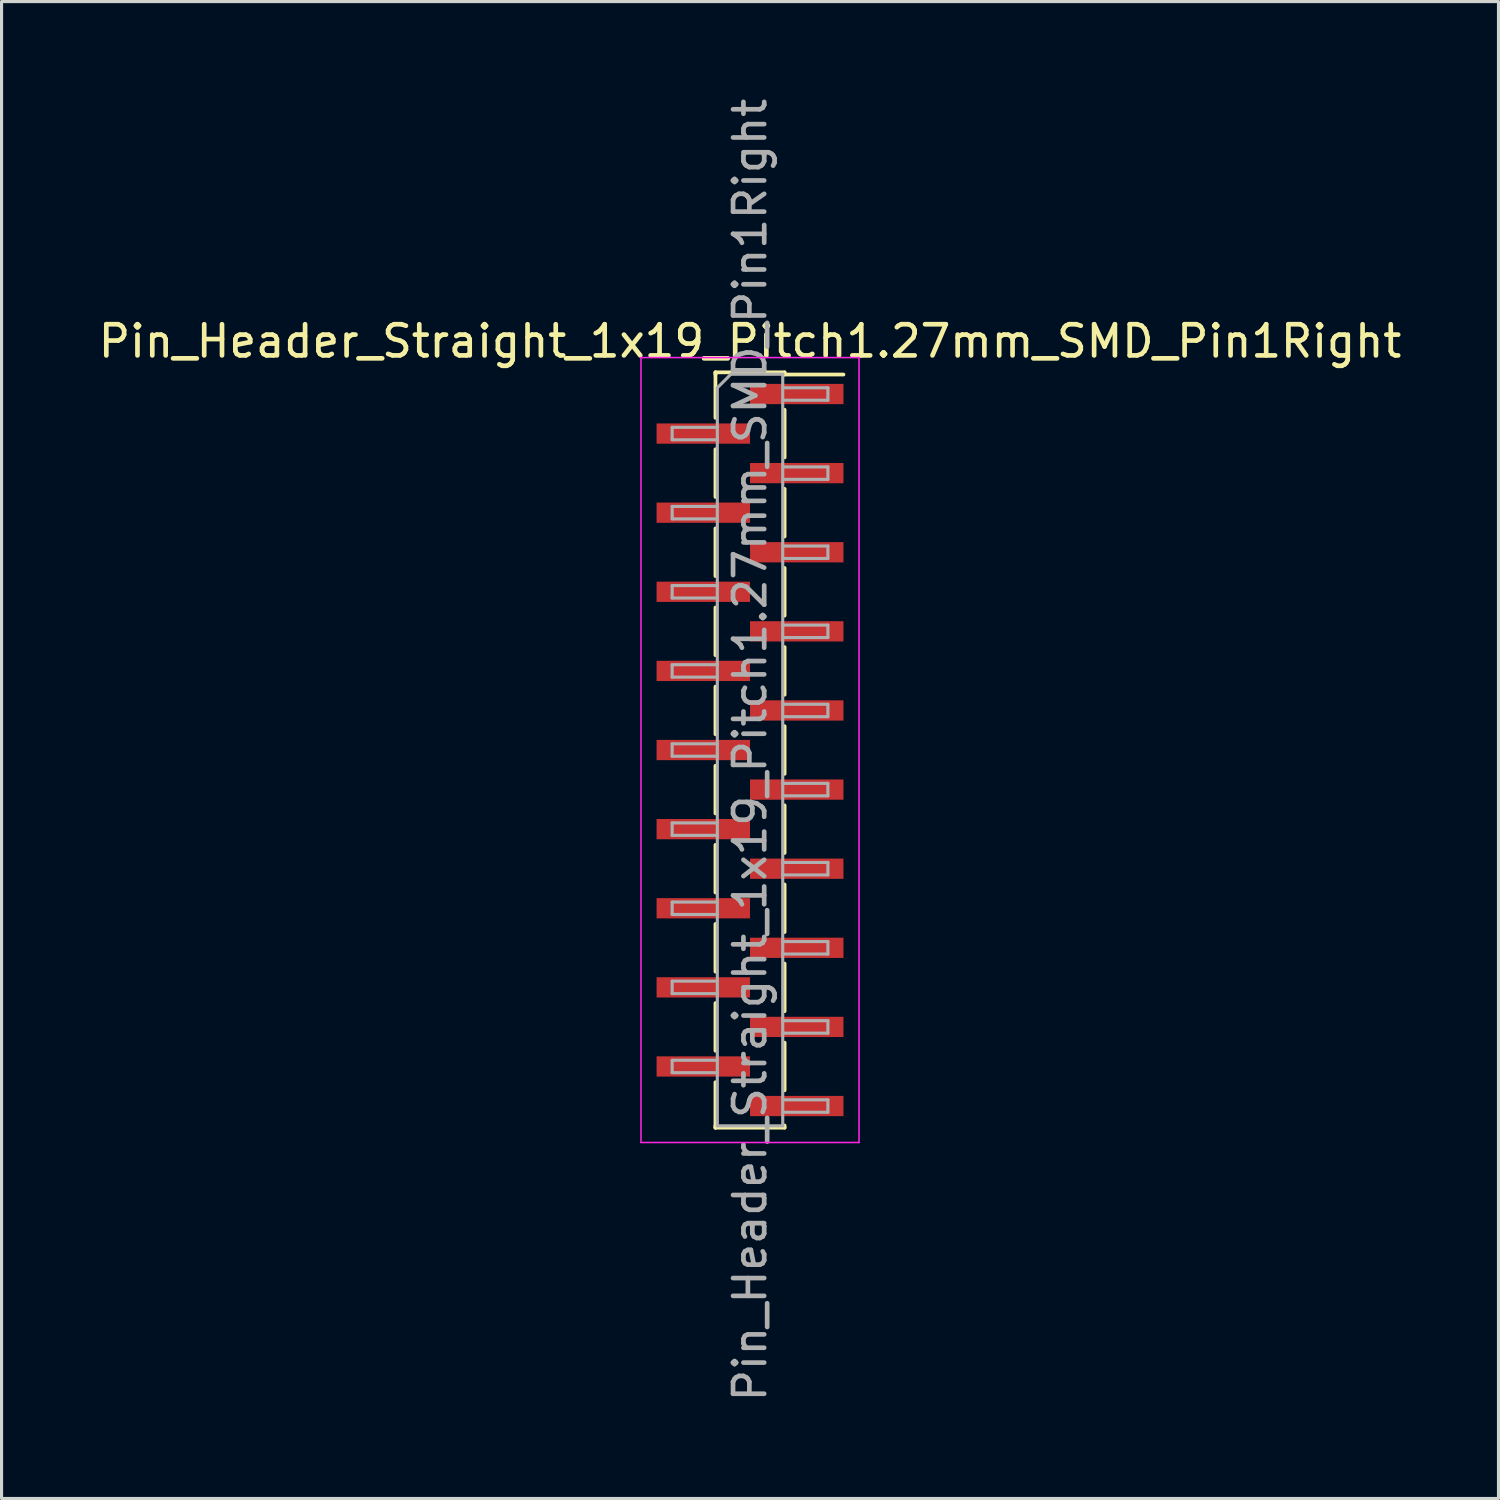
<source format=kicad_pcb>
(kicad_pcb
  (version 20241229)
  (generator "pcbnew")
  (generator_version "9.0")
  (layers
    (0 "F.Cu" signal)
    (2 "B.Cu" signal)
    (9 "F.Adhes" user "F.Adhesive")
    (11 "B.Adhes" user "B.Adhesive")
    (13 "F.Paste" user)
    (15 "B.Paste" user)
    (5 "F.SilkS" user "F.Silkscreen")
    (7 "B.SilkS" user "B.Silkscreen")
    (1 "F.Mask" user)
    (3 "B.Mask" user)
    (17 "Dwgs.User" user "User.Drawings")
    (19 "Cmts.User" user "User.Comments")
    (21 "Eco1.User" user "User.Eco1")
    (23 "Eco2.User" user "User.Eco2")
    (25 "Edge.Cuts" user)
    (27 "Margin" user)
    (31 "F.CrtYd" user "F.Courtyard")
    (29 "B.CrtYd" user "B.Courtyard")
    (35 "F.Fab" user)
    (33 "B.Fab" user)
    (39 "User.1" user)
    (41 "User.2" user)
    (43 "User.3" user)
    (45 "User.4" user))
  (footprint "Pin_Header_Straight_1x19_Pitch1.27mm_SMD_Pin1Right"
    (layer "F.Cu")
    (at 21.03 21.03)
    (property "Reference" "Pin_Header_Straight_1x19_Pitch1.27mm_SMD_Pin1Right" (at 0 -13.125 0) (layer "F.SilkS") (effects (font (size 1 1) (thickness 0.15))))
    (attr smd)
    (fp_line (start -1.11 -12.125) (end -1.11 -10.665) (stroke (width 0.12) (type solid)) (layer "F.SilkS"))
    (fp_line (start -1.11 -12.125) (end 1.11 -12.125) (stroke (width 0.12) (type solid)) (layer "F.SilkS"))
    (fp_line (start -1.11 -12.055) (end -1.11 -12.125) (stroke (width 0.12) (type solid)) (layer "F.SilkS"))
    (fp_line (start -1.11 -9.655) (end -1.11 -8.125) (stroke (width 0.12) (type solid)) (layer "F.SilkS"))
    (fp_line (start -1.11 -7.115) (end -1.11 -5.585) (stroke (width 0.12) (type solid)) (layer "F.SilkS"))
    (fp_line (start -1.11 -4.575) (end -1.11 -3.045) (stroke (width 0.12) (type solid)) (layer "F.SilkS"))
    (fp_line (start -1.11 -2.035) (end -1.11 -0.505) (stroke (width 0.12) (type solid)) (layer "F.SilkS"))
    (fp_line (start -1.11 0.505) (end -1.11 2.035) (stroke (width 0.12) (type solid)) (layer "F.SilkS"))
    (fp_line (start -1.11 3.045) (end -1.11 4.575) (stroke (width 0.12) (type solid)) (layer "F.SilkS"))
    (fp_line (start -1.11 5.585) (end -1.11 7.115) (stroke (width 0.12) (type solid)) (layer "F.SilkS"))
    (fp_line (start -1.11 8.125) (end -1.11 9.655) (stroke (width 0.12) (type solid)) (layer "F.SilkS"))
    (fp_line (start -1.11 10.665) (end -1.11 12.125) (stroke (width 0.12) (type solid)) (layer "F.SilkS"))
    (fp_line (start -1.11 12.055) (end -1.11 12.125) (stroke (width 0.12) (type solid)) (layer "F.SilkS"))
    (fp_line (start -1.11 12.125) (end 1.11 12.125) (stroke (width 0.12) (type solid)) (layer "F.SilkS"))
    (fp_line (start 1.11 -12.125) (end 1.11 -12.055) (stroke (width 0.12) (type solid)) (layer "F.SilkS"))
    (fp_line (start 1.11 -12.055) (end 3 -12.055) (stroke (width 0.12) (type solid)) (layer "F.SilkS"))
    (fp_line (start 1.11 -10.925) (end 1.11 -9.395) (stroke (width 0.12) (type solid)) (layer "F.SilkS"))
    (fp_line (start 1.11 -8.385) (end 1.11 -6.855) (stroke (width 0.12) (type solid)) (layer "F.SilkS"))
    (fp_line (start 1.11 -5.845) (end 1.11 -4.315) (stroke (width 0.12) (type solid)) (layer "F.SilkS"))
    (fp_line (start 1.11 -3.305) (end 1.11 -1.775) (stroke (width 0.12) (type solid)) (layer "F.SilkS"))
    (fp_line (start 1.11 -0.765) (end 1.11 0.765) (stroke (width 0.12) (type solid)) (layer "F.SilkS"))
    (fp_line (start 1.11 1.775) (end 1.11 3.305) (stroke (width 0.12) (type solid)) (layer "F.SilkS"))
    (fp_line (start 1.11 4.315) (end 1.11 5.845) (stroke (width 0.12) (type solid)) (layer "F.SilkS"))
    (fp_line (start 1.11 6.855) (end 1.11 8.385) (stroke (width 0.12) (type solid)) (layer "F.SilkS"))
    (fp_line (start 1.11 9.395) (end 1.11 10.925) (stroke (width 0.12) (type solid)) (layer "F.SilkS"))
    (fp_line (start 1.11 12.125) (end 1.11 12.055) (stroke (width 0.12) (type solid)) (layer "F.SilkS"))
    (fp_line (start -3.5 -12.6) (end -3.5 12.6) (stroke (width 0.05) (type solid)) (layer "F.CrtYd"))
    (fp_line (start -3.5 12.6) (end 3.5 12.6) (stroke (width 0.05) (type solid)) (layer "F.CrtYd"))
    (fp_line (start 3.5 -12.6) (end -3.5 -12.6) (stroke (width 0.05) (type solid)) (layer "F.CrtYd"))
    (fp_line (start 3.5 12.6) (end 3.5 -12.6) (stroke (width 0.05) (type solid)) (layer "F.CrtYd"))
    (fp_line (start -2.5 -10.36) (end -2.5 -9.96) (stroke (width 0.1) (type solid)) (layer "F.Fab"))
    (fp_line (start -2.5 -9.96) (end -1.05 -9.96) (stroke (width 0.1) (type solid)) (layer "F.Fab"))
    (fp_line (start -2.5 -7.82) (end -2.5 -7.42) (stroke (width 0.1) (type solid)) (layer "F.Fab"))
    (fp_line (start -2.5 -7.42) (end -1.05 -7.42) (stroke (width 0.1) (type solid)) (layer "F.Fab"))
    (fp_line (start -2.5 -5.28) (end -2.5 -4.88) (stroke (width 0.1) (type solid)) (layer "F.Fab"))
    (fp_line (start -2.5 -4.88) (end -1.05 -4.88) (stroke (width 0.1) (type solid)) (layer "F.Fab"))
    (fp_line (start -2.5 -2.74) (end -2.5 -2.34) (stroke (width 0.1) (type solid)) (layer "F.Fab"))
    (fp_line (start -2.5 -2.34) (end -1.05 -2.34) (stroke (width 0.1) (type solid)) (layer "F.Fab"))
    (fp_line (start -2.5 -0.2) (end -2.5 0.2) (stroke (width 0.1) (type solid)) (layer "F.Fab"))
    (fp_line (start -2.5 0.2) (end -1.05 0.2) (stroke (width 0.1) (type solid)) (layer "F.Fab"))
    (fp_line (start -2.5 2.34) (end -2.5 2.74) (stroke (width 0.1) (type solid)) (layer "F.Fab"))
    (fp_line (start -2.5 2.74) (end -1.05 2.74) (stroke (width 0.1) (type solid)) (layer "F.Fab"))
    (fp_line (start -2.5 4.88) (end -2.5 5.28) (stroke (width 0.1) (type solid)) (layer "F.Fab"))
    (fp_line (start -2.5 5.28) (end -1.05 5.28) (stroke (width 0.1) (type solid)) (layer "F.Fab"))
    (fp_line (start -2.5 7.42) (end -2.5 7.82) (stroke (width 0.1) (type solid)) (layer "F.Fab"))
    (fp_line (start -2.5 7.82) (end -1.05 7.82) (stroke (width 0.1) (type solid)) (layer "F.Fab"))
    (fp_line (start -2.5 9.96) (end -2.5 10.36) (stroke (width 0.1) (type solid)) (layer "F.Fab"))
    (fp_line (start -2.5 10.36) (end -1.05 10.36) (stroke (width 0.1) (type solid)) (layer "F.Fab"))
    (fp_line (start -1.05 -11.63) (end -0.615 -12.065) (stroke (width 0.1) (type solid)) (layer "F.Fab"))
    (fp_line (start -1.05 -10.36) (end -2.5 -10.36) (stroke (width 0.1) (type solid)) (layer "F.Fab"))
    (fp_line (start -1.05 -7.82) (end -2.5 -7.82) (stroke (width 0.1) (type solid)) (layer "F.Fab"))
    (fp_line (start -1.05 -5.28) (end -2.5 -5.28) (stroke (width 0.1) (type solid)) (layer "F.Fab"))
    (fp_line (start -1.05 -2.74) (end -2.5 -2.74) (stroke (width 0.1) (type solid)) (layer "F.Fab"))
    (fp_line (start -1.05 -0.2) (end -2.5 -0.2) (stroke (width 0.1) (type solid)) (layer "F.Fab"))
    (fp_line (start -1.05 2.34) (end -2.5 2.34) (stroke (width 0.1) (type solid)) (layer "F.Fab"))
    (fp_line (start -1.05 4.88) (end -2.5 4.88) (stroke (width 0.1) (type solid)) (layer "F.Fab"))
    (fp_line (start -1.05 7.42) (end -2.5 7.42) (stroke (width 0.1) (type solid)) (layer "F.Fab"))
    (fp_line (start -1.05 9.96) (end -2.5 9.96) (stroke (width 0.1) (type solid)) (layer "F.Fab"))
    (fp_line (start -1.05 12.065) (end -1.05 -11.63) (stroke (width 0.1) (type solid)) (layer "F.Fab"))
    (fp_line (start -0.615 -12.065) (end 1.05 -12.065) (stroke (width 0.1) (type solid)) (layer "F.Fab"))
    (fp_line (start 1.05 -12.065) (end 1.05 12.065) (stroke (width 0.1) (type solid)) (layer "F.Fab"))
    (fp_line (start 1.05 -11.63) (end 2.5 -11.63) (stroke (width 0.1) (type solid)) (layer "F.Fab"))
    (fp_line (start 1.05 -9.09) (end 2.5 -9.09) (stroke (width 0.1) (type solid)) (layer "F.Fab"))
    (fp_line (start 1.05 -6.55) (end 2.5 -6.55) (stroke (width 0.1) (type solid)) (layer "F.Fab"))
    (fp_line (start 1.05 -4.01) (end 2.5 -4.01) (stroke (width 0.1) (type solid)) (layer "F.Fab"))
    (fp_line (start 1.05 -1.47) (end 2.5 -1.47) (stroke (width 0.1) (type solid)) (layer "F.Fab"))
    (fp_line (start 1.05 1.07) (end 2.5 1.07) (stroke (width 0.1) (type solid)) (layer "F.Fab"))
    (fp_line (start 1.05 3.61) (end 2.5 3.61) (stroke (width 0.1) (type solid)) (layer "F.Fab"))
    (fp_line (start 1.05 6.15) (end 2.5 6.15) (stroke (width 0.1) (type solid)) (layer "F.Fab"))
    (fp_line (start 1.05 8.69) (end 2.5 8.69) (stroke (width 0.1) (type solid)) (layer "F.Fab"))
    (fp_line (start 1.05 11.23) (end 2.5 11.23) (stroke (width 0.1) (type solid)) (layer "F.Fab"))
    (fp_line (start 1.05 12.065) (end -1.05 12.065) (stroke (width 0.1) (type solid)) (layer "F.Fab"))
    (fp_line (start 2.5 -11.63) (end 2.5 -11.23) (stroke (width 0.1) (type solid)) (layer "F.Fab"))
    (fp_line (start 2.5 -11.23) (end 1.05 -11.23) (stroke (width 0.1) (type solid)) (layer "F.Fab"))
    (fp_line (start 2.5 -9.09) (end 2.5 -8.69) (stroke (width 0.1) (type solid)) (layer "F.Fab"))
    (fp_line (start 2.5 -8.69) (end 1.05 -8.69) (stroke (width 0.1) (type solid)) (layer "F.Fab"))
    (fp_line (start 2.5 -6.55) (end 2.5 -6.15) (stroke (width 0.1) (type solid)) (layer "F.Fab"))
    (fp_line (start 2.5 -6.15) (end 1.05 -6.15) (stroke (width 0.1) (type solid)) (layer "F.Fab"))
    (fp_line (start 2.5 -4.01) (end 2.5 -3.61) (stroke (width 0.1) (type solid)) (layer "F.Fab"))
    (fp_line (start 2.5 -3.61) (end 1.05 -3.61) (stroke (width 0.1) (type solid)) (layer "F.Fab"))
    (fp_line (start 2.5 -1.47) (end 2.5 -1.07) (stroke (width 0.1) (type solid)) (layer "F.Fab"))
    (fp_line (start 2.5 -1.07) (end 1.05 -1.07) (stroke (width 0.1) (type solid)) (layer "F.Fab"))
    (fp_line (start 2.5 1.07) (end 2.5 1.47) (stroke (width 0.1) (type solid)) (layer "F.Fab"))
    (fp_line (start 2.5 1.47) (end 1.05 1.47) (stroke (width 0.1) (type solid)) (layer "F.Fab"))
    (fp_line (start 2.5 3.61) (end 2.5 4.01) (stroke (width 0.1) (type solid)) (layer "F.Fab"))
    (fp_line (start 2.5 4.01) (end 1.05 4.01) (stroke (width 0.1) (type solid)) (layer "F.Fab"))
    (fp_line (start 2.5 6.15) (end 2.5 6.55) (stroke (width 0.1) (type solid)) (layer "F.Fab"))
    (fp_line (start 2.5 6.55) (end 1.05 6.55) (stroke (width 0.1) (type solid)) (layer "F.Fab"))
    (fp_line (start 2.5 8.69) (end 2.5 9.09) (stroke (width 0.1) (type solid)) (layer "F.Fab"))
    (fp_line (start 2.5 9.09) (end 1.05 9.09) (stroke (width 0.1) (type solid)) (layer "F.Fab"))
    (fp_line (start 2.5 11.23) (end 2.5 11.63) (stroke (width 0.1) (type solid)) (layer "F.Fab"))
    (fp_line (start 2.5 11.63) (end 1.05 11.63) (stroke (width 0.1) (type solid)) (layer "F.Fab"))
    (fp_text user "${REFERENCE}" (at 0 0 90) (layer "F.Fab") (effects (font (size 1 1) (thickness 0.15))))
    (pad "1" smd rect (at 1.5 -11.43) (size 3 0.65) (layers "F.Cu" "F.Mask" "F.Paste"))
    (pad "2" smd rect (at -1.5 -10.16) (size 3 0.65) (layers "F.Cu" "F.Mask" "F.Paste"))
    (pad "3" smd rect (at 1.5 -8.89) (size 3 0.65) (layers "F.Cu" "F.Mask" "F.Paste"))
    (pad "4" smd rect (at -1.5 -7.62) (size 3 0.65) (layers "F.Cu" "F.Mask" "F.Paste"))
    (pad "5" smd rect (at 1.5 -6.35) (size 3 0.65) (layers "F.Cu" "F.Mask" "F.Paste"))
    (pad "6" smd rect (at -1.5 -5.08) (size 3 0.65) (layers "F.Cu" "F.Mask" "F.Paste"))
    (pad "7" smd rect (at 1.5 -3.81) (size 3 0.65) (layers "F.Cu" "F.Mask" "F.Paste"))
    (pad "8" smd rect (at -1.5 -2.54) (size 3 0.65) (layers "F.Cu" "F.Mask" "F.Paste"))
    (pad "9" smd rect (at 1.5 -1.27) (size 3 0.65) (layers "F.Cu" "F.Mask" "F.Paste"))
    (pad "10" smd rect (at -1.5 0) (size 3 0.65) (layers "F.Cu" "F.Mask" "F.Paste"))
    (pad "11" smd rect (at 1.5 1.27) (size 3 0.65) (layers "F.Cu" "F.Mask" "F.Paste"))
    (pad "12" smd rect (at -1.5 2.54) (size 3 0.65) (layers "F.Cu" "F.Mask" "F.Paste"))
    (pad "13" smd rect (at 1.5 3.81) (size 3 0.65) (layers "F.Cu" "F.Mask" "F.Paste"))
    (pad "14" smd rect (at -1.5 5.08) (size 3 0.65) (layers "F.Cu" "F.Mask" "F.Paste"))
    (pad "15" smd rect (at 1.5 6.35) (size 3 0.65) (layers "F.Cu" "F.Mask" "F.Paste"))
    (pad "16" smd rect (at -1.5 7.62) (size 3 0.65) (layers "F.Cu" "F.Mask" "F.Paste"))
    (pad "17" smd rect (at 1.5 8.89) (size 3 0.65) (layers "F.Cu" "F.Mask" "F.Paste"))
    (pad "18" smd rect (at -1.5 10.16) (size 3 0.65) (layers "F.Cu" "F.Mask" "F.Paste"))
    (pad "19" smd rect (at 1.5 11.43) (size 3 0.65) (layers "F.Cu" "F.Mask" "F.Paste")))
  (gr_rect
    (start -3 -3)
    (end 45.06 45.06)
    (stroke (width 0.1) (type default))
    (fill no)
    (layer "Edge.Cuts")))
</source>
